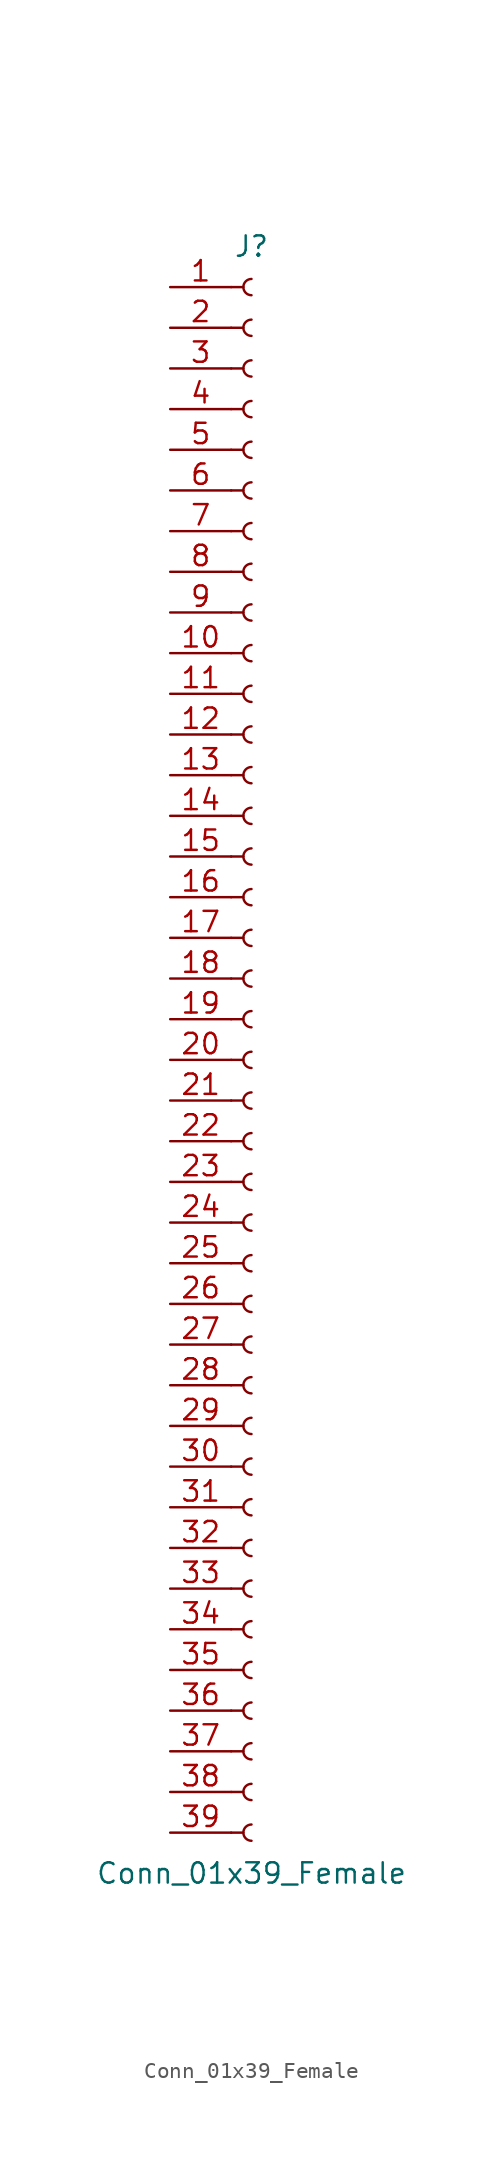
<source format=kicad_sym>
(kicad_symbol_lib
  (version 20201005)
  (generator kicad_symbol_editor)
  (symbol "Connector:Conn_01x39_Female"
    (pin_names
      (offset 1.016) hide)
    (property "Reference" "J"
      (at 0 50.8 0)
      (effects (font (size 1.27 1.27))))
    (property "Value" "Conn_01x39_Female"
      (at 0 -50.8 0)
      (effects (font (size 1.27 1.27))))
    (symbol "Conn_01x39_Female_1_1"
      (arc (start 0 -47.752) (end 0 -48.768) (radius (at 0 -48.26) (length 0.508) (angles 90.1 -90.1)) (stroke (width 0.1524)) (fill (type none)))
      (arc (start 0 -45.212) (end 0 -46.228) (radius (at 0 -45.72) (length 0.508) (angles 90.1 -90.1)) (stroke (width 0.1524)) (fill (type none)))
      (arc (start 0 -42.672) (end 0 -43.688) (radius (at 0 -43.18) (length 0.508) (angles 90.1 -90.1)) (stroke (width 0.1524)) (fill (type none)))
      (arc (start 0 -40.132) (end 0 -41.148) (radius (at 0 -40.64) (length 0.508) (angles 90.1 -90.1)) (stroke (width 0.1524)) (fill (type none)))
      (arc (start 0 -37.592) (end 0 -38.608) (radius (at 0 -38.1) (length 0.508) (angles 90.1 -90.1)) (stroke (width 0.1524)) (fill (type none)))
      (arc (start 0 -35.052) (end 0 -36.068) (radius (at 0 -35.56) (length 0.508) (angles 90.1 -90.1)) (stroke (width 0.1524)) (fill (type none)))
      (arc (start 0 -32.512) (end 0 -33.528) (radius (at 0 -33.02) (length 0.508) (angles 90.1 -90.1)) (stroke (width 0.1524)) (fill (type none)))
      (arc (start 0 -29.972) (end 0 -30.988) (radius (at 0 -30.48) (length 0.508) (angles 90.1 -90.1)) (stroke (width 0.1524)) (fill (type none)))
      (arc (start 0 -27.432) (end 0 -28.448) (radius (at 0 -27.94) (length 0.508) (angles 90.1 -90.1)) (stroke (width 0.1524)) (fill (type none)))
      (arc (start 0 -24.892) (end 0 -25.908) (radius (at 0 -25.4) (length 0.508) (angles 90.1 -90.1)) (stroke (width 0.1524)) (fill (type none)))
      (arc (start 0 -22.352) (end 0 -23.368) (radius (at 0 -22.86) (length 0.508) (angles 90.1 -90.1)) (stroke (width 0.1524)) (fill (type none)))
      (arc (start 0 -19.812) (end 0 -20.828) (radius (at 0 -20.32) (length 0.508) (angles 90.1 -90.1)) (stroke (width 0.1524)) (fill (type none)))
      (arc (start 0 -17.272) (end 0 -18.288) (radius (at 0 -17.78) (length 0.508) (angles 90.1 -90.1)) (stroke (width 0.1524)) (fill (type none)))
      (arc (start 0 -14.732) (end 0 -15.748) (radius (at 0 -15.24) (length 0.508) (angles 90.1 -90.1)) (stroke (width 0.1524)) (fill (type none)))
      (arc (start 0 -12.192) (end 0 -13.208) (radius (at 0 -12.7) (length 0.508) (angles 90.1 -90.1)) (stroke (width 0.1524)) (fill (type none)))
      (arc (start 0 -9.652) (end 0 -10.668) (radius (at 0 -10.16) (length 0.508) (angles 90.1 -90.1)) (stroke (width 0.1524)) (fill (type none)))
      (arc (start 0 -7.112) (end 0 -8.128) (radius (at 0 -7.62) (length 0.508) (angles 90.1 -90.1)) (stroke (width 0.1524)) (fill (type none)))
      (arc (start 0 -4.572) (end 0 -5.588) (radius (at 0 -5.08) (length 0.508) (angles 90.1 -90.1)) (stroke (width 0.1524)) (fill (type none)))
      (arc (start 0 -2.032) (end 0 -3.048) (radius (at 0 -2.54) (length 0.508) (angles 90.1 -90.1)) (stroke (width 0.1524)) (fill (type none)))
      (arc (start 0 0.508) (end 0 -0.508) (radius (at 0 0) (length 0.508) (angles 90.1 -90.1)) (stroke (width 0.1524)) (fill (type none)))
      (arc (start 0 3.048) (end 0 2.032) (radius (at 0 2.54) (length 0.508) (angles 90.1 -90.1)) (stroke (width 0.1524)) (fill (type none)))
      (arc (start 0 5.588) (end 0 4.572) (radius (at 0 5.08) (length 0.508) (angles 90.1 -90.1)) (stroke (width 0.1524)) (fill (type none)))
      (arc (start 0 8.128) (end 0 7.112) (radius (at 0 7.62) (length 0.508) (angles 90.1 -90.1)) (stroke (width 0.1524)) (fill (type none)))
      (arc (start 0 10.668) (end 0 9.652) (radius (at 0 10.16) (length 0.508) (angles 90.1 -90.1)) (stroke (width 0.1524)) (fill (type none)))
      (arc (start 0 13.208) (end 0 12.192) (radius (at 0 12.7) (length 0.508) (angles 90.1 -90.1)) (stroke (width 0.1524)) (fill (type none)))
      (arc (start 0 15.748) (end 0 14.732) (radius (at 0 15.24) (length 0.508) (angles 90.1 -90.1)) (stroke (width 0.1524)) (fill (type none)))
      (arc (start 0 18.288) (end 0 17.272) (radius (at 0 17.78) (length 0.508) (angles 90.1 -90.1)) (stroke (width 0.1524)) (fill (type none)))
      (arc (start 0 20.828) (end 0 19.812) (radius (at 0 20.32) (length 0.508) (angles 90.1 -90.1)) (stroke (width 0.1524)) (fill (type none)))
      (arc (start 0 23.368) (end 0 22.352) (radius (at 0 22.86) (length 0.508) (angles 90.1 -90.1)) (stroke (width 0.1524)) (fill (type none)))
      (arc (start 0 25.908) (end 0 24.892) (radius (at 0 25.4) (length 0.508) (angles 90.1 -90.1)) (stroke (width 0.1524)) (fill (type none)))
      (arc (start 0 28.448) (end 0 27.432) (radius (at 0 27.94) (length 0.508) (angles 90.1 -90.1)) (stroke (width 0.1524)) (fill (type none)))
      (arc (start 0 30.988) (end 0 29.972) (radius (at 0 30.48) (length 0.508) (angles 90.1 -90.1)) (stroke (width 0.1524)) (fill (type none)))
      (arc (start 0 33.528) (end 0 32.512) (radius (at 0 33.02) (length 0.508) (angles 90.1 -90.1)) (stroke (width 0.1524)) (fill (type none)))
      (arc (start 0 36.068) (end 0 35.052) (radius (at 0 35.56) (length 0.508) (angles 90.1 -90.1)) (stroke (width 0.1524)) (fill (type none)))
      (arc (start 0 38.608) (end 0 37.592) (radius (at 0 38.1) (length 0.508) (angles 90.1 -90.1)) (stroke (width 0.1524)) (fill (type none)))
      (arc (start 0 41.148) (end 0 40.132) (radius (at 0 40.64) (length 0.508) (angles 90.1 -90.1)) (stroke (width 0.1524)) (fill (type none)))
      (arc (start 0 43.688) (end 0 42.672) (radius (at 0 43.18) (length 0.508) (angles 90.1 -90.1)) (stroke (width 0.1524)) (fill (type none)))
      (arc (start 0 46.228) (end 0 45.212) (radius (at 0 45.72) (length 0.508) (angles 90.1 -90.1)) (stroke (width 0.1524)) (fill (type none)))
      (arc (start 0 48.768) (end 0 47.752) (radius (at 0 48.26) (length 0.508) (angles 90.1 -90.1)) (stroke (width 0.1524)) (fill (type none)))
      (polyline (pts (xy -1.27 -48.26) (xy -0.508 -48.26)) (stroke (width 0.152)) (fill (type none)))
      (polyline (pts (xy -1.27 -45.72) (xy -0.508 -45.72)) (stroke (width 0.152)) (fill (type none)))
      (polyline (pts (xy -1.27 -43.18) (xy -0.508 -43.18)) (stroke (width 0.152)) (fill (type none)))
      (polyline (pts (xy -1.27 -40.64) (xy -0.508 -40.64)) (stroke (width 0.152)) (fill (type none)))
      (polyline (pts (xy -1.27 -38.1) (xy -0.508 -38.1)) (stroke (width 0.152)) (fill (type none)))
      (polyline (pts (xy -1.27 -35.56) (xy -0.508 -35.56)) (stroke (width 0.152)) (fill (type none)))
      (polyline (pts (xy -1.27 -33.02) (xy -0.508 -33.02)) (stroke (width 0.152)) (fill (type none)))
      (polyline (pts (xy -1.27 -30.48) (xy -0.508 -30.48)) (stroke (width 0.152)) (fill (type none)))
      (polyline (pts (xy -1.27 -27.94) (xy -0.508 -27.94)) (stroke (width 0.152)) (fill (type none)))
      (polyline (pts (xy -1.27 -25.4) (xy -0.508 -25.4)) (stroke (width 0.152)) (fill (type none)))
      (polyline (pts (xy -1.27 -22.86) (xy -0.508 -22.86)) (stroke (width 0.152)) (fill (type none)))
      (polyline (pts (xy -1.27 -20.32) (xy -0.508 -20.32)) (stroke (width 0.152)) (fill (type none)))
      (polyline (pts (xy -1.27 -17.78) (xy -0.508 -17.78)) (stroke (width 0.152)) (fill (type none)))
      (polyline (pts (xy -1.27 -15.24) (xy -0.508 -15.24)) (stroke (width 0.152)) (fill (type none)))
      (polyline (pts (xy -1.27 -12.7) (xy -0.508 -12.7)) (stroke (width 0.152)) (fill (type none)))
      (polyline (pts (xy -1.27 -10.16) (xy -0.508 -10.16)) (stroke (width 0.152)) (fill (type none)))
      (polyline (pts (xy -1.27 -7.62) (xy -0.508 -7.62)) (stroke (width 0.152)) (fill (type none)))
      (polyline (pts (xy -1.27 -5.08) (xy -0.508 -5.08)) (stroke (width 0.152)) (fill (type none)))
      (polyline (pts (xy -1.27 -2.54) (xy -0.508 -2.54)) (stroke (width 0.152)) (fill (type none)))
      (polyline (pts (xy -1.27 0) (xy -0.508 0)) (stroke (width 0.152)) (fill (type none)))
      (polyline (pts (xy -1.27 2.54) (xy -0.508 2.54)) (stroke (width 0.152)) (fill (type none)))
      (polyline (pts (xy -1.27 5.08) (xy -0.508 5.08)) (stroke (width 0.152)) (fill (type none)))
      (polyline (pts (xy -1.27 7.62) (xy -0.508 7.62)) (stroke (width 0.152)) (fill (type none)))
      (polyline (pts (xy -1.27 10.16) (xy -0.508 10.16)) (stroke (width 0.152)) (fill (type none)))
      (polyline (pts (xy -1.27 12.7) (xy -0.508 12.7)) (stroke (width 0.152)) (fill (type none)))
      (polyline (pts (xy -1.27 15.24) (xy -0.508 15.24)) (stroke (width 0.152)) (fill (type none)))
      (polyline (pts (xy -1.27 17.78) (xy -0.508 17.78)) (stroke (width 0.152)) (fill (type none)))
      (polyline (pts (xy -1.27 20.32) (xy -0.508 20.32)) (stroke (width 0.152)) (fill (type none)))
      (polyline (pts (xy -1.27 22.86) (xy -0.508 22.86)) (stroke (width 0.152)) (fill (type none)))
      (polyline (pts (xy -1.27 25.4) (xy -0.508 25.4)) (stroke (width 0.152)) (fill (type none)))
      (polyline (pts (xy -1.27 27.94) (xy -0.508 27.94)) (stroke (width 0.152)) (fill (type none)))
      (polyline (pts (xy -1.27 30.48) (xy -0.508 30.48)) (stroke (width 0.152)) (fill (type none)))
      (polyline (pts (xy -1.27 33.02) (xy -0.508 33.02)) (stroke (width 0.152)) (fill (type none)))
      (polyline (pts (xy -1.27 35.56) (xy -0.508 35.56)) (stroke (width 0.152)) (fill (type none)))
      (polyline (pts (xy -1.27 38.1) (xy -0.508 38.1)) (stroke (width 0.152)) (fill (type none)))
      (polyline (pts (xy -1.27 40.64) (xy -0.508 40.64)) (stroke (width 0.152)) (fill (type none)))
      (polyline (pts (xy -1.27 43.18) (xy -0.508 43.18)) (stroke (width 0.152)) (fill (type none)))
      (polyline (pts (xy -1.27 45.72) (xy -0.508 45.72)) (stroke (width 0.152)) (fill (type none)))
      (polyline (pts (xy -1.27 48.26) (xy -0.508 48.26)) (stroke (width 0.152)) (fill (type none)))
      (pin passive line (at -5.08 48.26 0) (length 3.81) (name "Pin_1" (effects (font (size 1.27 1.27)))) (number "1" (effects (font (size 1.27 1.27)))))
      (pin passive line (at -5.08 25.4 0) (length 3.81) (name "Pin_10" (effects (font (size 1.27 1.27)))) (number "10" (effects (font (size 1.27 1.27)))))
      (pin passive line (at -5.08 22.86 0) (length 3.81) (name "Pin_11" (effects (font (size 1.27 1.27)))) (number "11" (effects (font (size 1.27 1.27)))))
      (pin passive line (at -5.08 20.32 0) (length 3.81) (name "Pin_12" (effects (font (size 1.27 1.27)))) (number "12" (effects (font (size 1.27 1.27)))))
      (pin passive line (at -5.08 17.78 0) (length 3.81) (name "Pin_13" (effects (font (size 1.27 1.27)))) (number "13" (effects (font (size 1.27 1.27)))))
      (pin passive line (at -5.08 15.24 0) (length 3.81) (name "Pin_14" (effects (font (size 1.27 1.27)))) (number "14" (effects (font (size 1.27 1.27)))))
      (pin passive line (at -5.08 12.7 0) (length 3.81) (name "Pin_15" (effects (font (size 1.27 1.27)))) (number "15" (effects (font (size 1.27 1.27)))))
      (pin passive line (at -5.08 10.16 0) (length 3.81) (name "Pin_16" (effects (font (size 1.27 1.27)))) (number "16" (effects (font (size 1.27 1.27)))))
      (pin passive line (at -5.08 7.62 0) (length 3.81) (name "Pin_17" (effects (font (size 1.27 1.27)))) (number "17" (effects (font (size 1.27 1.27)))))
      (pin passive line (at -5.08 5.08 0) (length 3.81) (name "Pin_18" (effects (font (size 1.27 1.27)))) (number "18" (effects (font (size 1.27 1.27)))))
      (pin passive line (at -5.08 2.54 0) (length 3.81) (name "Pin_19" (effects (font (size 1.27 1.27)))) (number "19" (effects (font (size 1.27 1.27)))))
      (pin passive line (at -5.08 45.72 0) (length 3.81) (name "Pin_2" (effects (font (size 1.27 1.27)))) (number "2" (effects (font (size 1.27 1.27)))))
      (pin passive line (at -5.08 0 0) (length 3.81) (name "Pin_20" (effects (font (size 1.27 1.27)))) (number "20" (effects (font (size 1.27 1.27)))))
      (pin passive line (at -5.08 -2.54 0) (length 3.81) (name "Pin_21" (effects (font (size 1.27 1.27)))) (number "21" (effects (font (size 1.27 1.27)))))
      (pin passive line (at -5.08 -5.08 0) (length 3.81) (name "Pin_22" (effects (font (size 1.27 1.27)))) (number "22" (effects (font (size 1.27 1.27)))))
      (pin passive line (at -5.08 -7.62 0) (length 3.81) (name "Pin_23" (effects (font (size 1.27 1.27)))) (number "23" (effects (font (size 1.27 1.27)))))
      (pin passive line (at -5.08 -10.16 0) (length 3.81) (name "Pin_24" (effects (font (size 1.27 1.27)))) (number "24" (effects (font (size 1.27 1.27)))))
      (pin passive line (at -5.08 -12.7 0) (length 3.81) (name "Pin_25" (effects (font (size 1.27 1.27)))) (number "25" (effects (font (size 1.27 1.27)))))
      (pin passive line (at -5.08 -15.24 0) (length 3.81) (name "Pin_26" (effects (font (size 1.27 1.27)))) (number "26" (effects (font (size 1.27 1.27)))))
      (pin passive line (at -5.08 -17.78 0) (length 3.81) (name "Pin_27" (effects (font (size 1.27 1.27)))) (number "27" (effects (font (size 1.27 1.27)))))
      (pin passive line (at -5.08 -20.32 0) (length 3.81) (name "Pin_28" (effects (font (size 1.27 1.27)))) (number "28" (effects (font (size 1.27 1.27)))))
      (pin passive line (at -5.08 -22.86 0) (length 3.81) (name "Pin_29" (effects (font (size 1.27 1.27)))) (number "29" (effects (font (size 1.27 1.27)))))
      (pin passive line (at -5.08 43.18 0) (length 3.81) (name "Pin_3" (effects (font (size 1.27 1.27)))) (number "3" (effects (font (size 1.27 1.27)))))
      (pin passive line (at -5.08 -25.4 0) (length 3.81) (name "Pin_30" (effects (font (size 1.27 1.27)))) (number "30" (effects (font (size 1.27 1.27)))))
      (pin passive line (at -5.08 -27.94 0) (length 3.81) (name "Pin_31" (effects (font (size 1.27 1.27)))) (number "31" (effects (font (size 1.27 1.27)))))
      (pin passive line (at -5.08 -30.48 0) (length 3.81) (name "Pin_32" (effects (font (size 1.27 1.27)))) (number "32" (effects (font (size 1.27 1.27)))))
      (pin passive line (at -5.08 -33.02 0) (length 3.81) (name "Pin_33" (effects (font (size 1.27 1.27)))) (number "33" (effects (font (size 1.27 1.27)))))
      (pin passive line (at -5.08 -35.56 0) (length 3.81) (name "Pin_34" (effects (font (size 1.27 1.27)))) (number "34" (effects (font (size 1.27 1.27)))))
      (pin passive line (at -5.08 -38.1 0) (length 3.81) (name "Pin_35" (effects (font (size 1.27 1.27)))) (number "35" (effects (font (size 1.27 1.27)))))
      (pin passive line (at -5.08 -40.64 0) (length 3.81) (name "Pin_36" (effects (font (size 1.27 1.27)))) (number "36" (effects (font (size 1.27 1.27)))))
      (pin passive line (at -5.08 -43.18 0) (length 3.81) (name "Pin_37" (effects (font (size 1.27 1.27)))) (number "37" (effects (font (size 1.27 1.27)))))
      (pin passive line (at -5.08 -45.72 0) (length 3.81) (name "Pin_38" (effects (font (size 1.27 1.27)))) (number "38" (effects (font (size 1.27 1.27)))))
      (pin passive line (at -5.08 -48.26 0) (length 3.81) (name "Pin_39" (effects (font (size 1.27 1.27)))) (number "39" (effects (font (size 1.27 1.27)))))
      (pin passive line (at -5.08 40.64 0) (length 3.81) (name "Pin_4" (effects (font (size 1.27 1.27)))) (number "4" (effects (font (size 1.27 1.27)))))
      (pin passive line (at -5.08 38.1 0) (length 3.81) (name "Pin_5" (effects (font (size 1.27 1.27)))) (number "5" (effects (font (size 1.27 1.27)))))
      (pin passive line (at -5.08 35.56 0) (length 3.81) (name "Pin_6" (effects (font (size 1.27 1.27)))) (number "6" (effects (font (size 1.27 1.27)))))
      (pin passive line (at -5.08 33.02 0) (length 3.81) (name "Pin_7" (effects (font (size 1.27 1.27)))) (number "7" (effects (font (size 1.27 1.27)))))
      (pin passive line (at -5.08 30.48 0) (length 3.81) (name "Pin_8" (effects (font (size 1.27 1.27)))) (number "8" (effects (font (size 1.27 1.27)))))
      (pin passive line (at -5.08 27.94 0) (length 3.81) (name "Pin_9" (effects (font (size 1.27 1.27)))) (number "9" (effects (font (size 1.27 1.27))))))))
</source>
